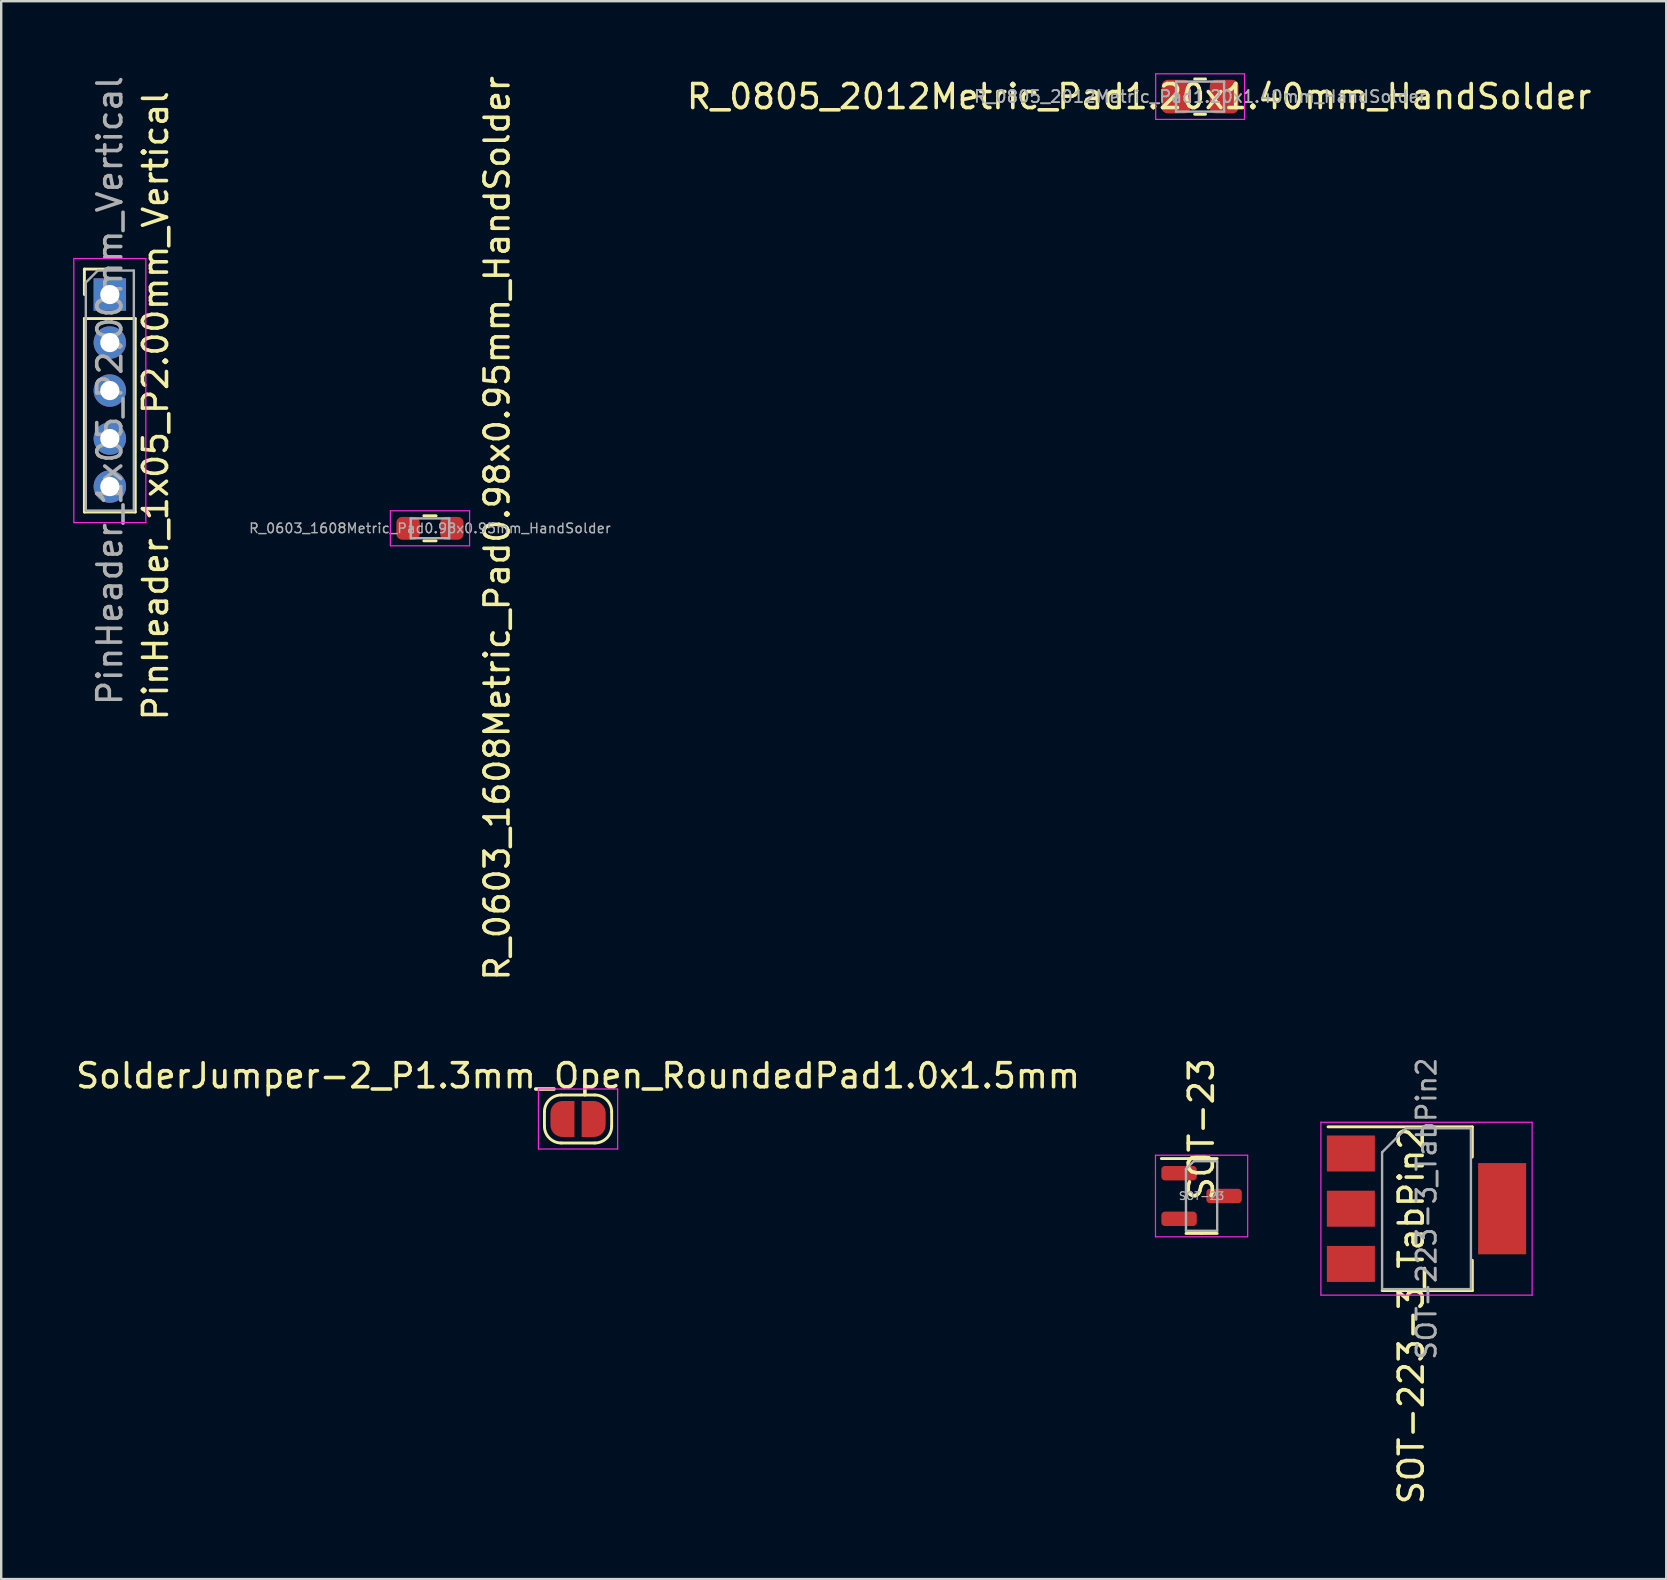
<source format=kicad_pcb>
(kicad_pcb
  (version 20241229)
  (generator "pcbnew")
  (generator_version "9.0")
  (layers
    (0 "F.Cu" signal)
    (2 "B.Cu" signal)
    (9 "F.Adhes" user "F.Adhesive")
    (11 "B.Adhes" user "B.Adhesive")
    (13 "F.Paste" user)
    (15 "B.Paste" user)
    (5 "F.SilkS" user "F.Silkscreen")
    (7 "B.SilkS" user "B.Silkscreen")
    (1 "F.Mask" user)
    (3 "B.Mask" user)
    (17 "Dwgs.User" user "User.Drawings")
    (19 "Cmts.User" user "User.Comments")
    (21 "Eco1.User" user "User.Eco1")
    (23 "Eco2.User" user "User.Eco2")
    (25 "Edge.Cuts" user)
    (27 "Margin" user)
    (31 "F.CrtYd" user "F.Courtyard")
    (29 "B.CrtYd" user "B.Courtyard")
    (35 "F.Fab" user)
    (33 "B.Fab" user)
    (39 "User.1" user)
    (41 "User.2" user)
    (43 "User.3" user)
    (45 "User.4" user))
  (footprint "PinHeader_1x05_P2.00mm_Vertical"
    (layer "F.Cu")
    (at 1.525 9.22)
    (property "Reference" "PinHeader_1x05_P2.00mm_Vertical" (at 1.905 4.635 270) (layer "F.SilkS") (effects (font (size 1 1) (thickness 0.15))))
    (attr through_hole)
    (fp_line (start -1.06 -1.06) (end 0 -1.06) (stroke (width 0.12) (type solid)) (layer "F.SilkS"))
    (fp_line (start -1.06 0) (end -1.06 -1.06) (stroke (width 0.12) (type solid)) (layer "F.SilkS"))
    (fp_line (start -1.06 1) (end -1.06 9.06) (stroke (width 0.12) (type solid)) (layer "F.SilkS"))
    (fp_line (start -1.06 1) (end 1.06 1) (stroke (width 0.12) (type solid)) (layer "F.SilkS"))
    (fp_line (start -1.06 9.06) (end 1.06 9.06) (stroke (width 0.12) (type solid)) (layer "F.SilkS"))
    (fp_line (start 1.06 1) (end 1.06 9.06) (stroke (width 0.12) (type solid)) (layer "F.SilkS"))
    (fp_line (start -1.5 -1.5) (end -1.5 9.5) (stroke (width 0.05) (type solid)) (layer "F.CrtYd"))
    (fp_line (start -1.5 9.5) (end 1.5 9.5) (stroke (width 0.05) (type solid)) (layer "F.CrtYd"))
    (fp_line (start 1.5 -1.5) (end -1.5 -1.5) (stroke (width 0.05) (type solid)) (layer "F.CrtYd"))
    (fp_line (start 1.5 9.5) (end 1.5 -1.5) (stroke (width 0.05) (type solid)) (layer "F.CrtYd"))
    (fp_line (start -1 -0.5) (end -0.5 -1) (stroke (width 0.1) (type solid)) (layer "F.Fab"))
    (fp_line (start -1 9) (end -1 -0.5) (stroke (width 0.1) (type solid)) (layer "F.Fab"))
    (fp_line (start -0.5 -1) (end 1 -1) (stroke (width 0.1) (type solid)) (layer "F.Fab"))
    (fp_line (start 1 -1) (end 1 9) (stroke (width 0.1) (type solid)) (layer "F.Fab"))
    (fp_line (start 1 9) (end -1 9) (stroke (width 0.1) (type solid)) (layer "F.Fab"))
    (fp_text user "${REFERENCE}" (at 0 4 270) (layer "F.Fab") (effects (font (size 1 1) (thickness 0.15))))
    (pad "1" thru_hole rect (at 0 0) (size 1.35 1.35) (drill 0.8) (layers "*.Cu" "*.Mask"))
    (pad "2" thru_hole oval (at 0 2) (size 1.35 1.35) (drill 0.8) (layers "*.Cu" "*.Mask"))
    (pad "3" thru_hole oval (at 0 4) (size 1.35 1.35) (drill 0.8) (layers "*.Cu" "*.Mask"))
    (pad "4" thru_hole oval (at 0 6) (size 1.35 1.35) (drill 0.8) (layers "*.Cu" "*.Mask"))
    (pad "5" thru_hole oval (at 0 8) (size 1.35 1.35) (drill 0.8) (layers "*.Cu" "*.Mask")))
  (footprint "SolderJumper-2_P1.3mm_Open_RoundedPad1.0x1.5mm"
    (layer "F.Cu")
    (at 21.03 43.565)
    (property "Reference" "SolderJumper-2_P1.3mm_Open_RoundedPad1.0x1.5mm" (at 0 -1.8 0) (layer "F.SilkS") (effects (font (size 1 1) (thickness 0.15))))
    (attr exclude_from_pos_files)
    (fp_line (start -1.4 0.3) (end -1.4 -0.3) (stroke (width 0.12) (type solid)) (layer "F.SilkS"))
    (fp_line (start -0.7 -1) (end 0.7 -1) (stroke (width 0.12) (type solid)) (layer "F.SilkS"))
    (fp_line (start 0.7 1) (end -0.7 1) (stroke (width 0.12) (type solid)) (layer "F.SilkS"))
    (fp_line (start 1.4 -0.3) (end 1.4 0.3) (stroke (width 0.12) (type solid)) (layer "F.SilkS"))
    (fp_arc (start -1.4 -0.3) (mid -1.194975 -0.794975) (end -0.7 -1) (stroke (width 0.12) (type solid)) (layer "F.SilkS"))
    (fp_arc (start -0.7 1) (mid -1.194975 0.794975) (end -1.4 0.3) (stroke (width 0.12) (type solid)) (layer "F.SilkS"))
    (fp_arc (start 0.7 -1) (mid 1.194975 -0.794975) (end 1.4 -0.3) (stroke (width 0.12) (type solid)) (layer "F.SilkS"))
    (fp_arc (start 1.4 0.3) (mid 1.194975 0.794975) (end 0.7 1) (stroke (width 0.12) (type solid)) (layer "F.SilkS"))
    (fp_line (start -1.65 -1.25) (end -1.65 1.25) (stroke (width 0.05) (type solid)) (layer "F.CrtYd"))
    (fp_line (start -1.65 -1.25) (end 1.65 -1.25) (stroke (width 0.05) (type solid)) (layer "F.CrtYd"))
    (fp_line (start 1.65 1.25) (end -1.65 1.25) (stroke (width 0.05) (type solid)) (layer "F.CrtYd"))
    (fp_line (start 1.65 1.25) (end 1.65 -1.25) (stroke (width 0.05) (type solid)) (layer "F.CrtYd"))
    (pad "1" smd custom (at -0.65 0) (size 1 0.5) (layers "F.Cu" "F.Mask") (options (anchor rect)) (primitives (gr_circle (center 0 0.25) (end 0.5 0.25) (width 0) (fill yes)) (gr_circle (center 0 -0.25) (end 0.5 -0.25) (width 0) (fill yes)) (gr_poly (pts (xy 0.5 0.75) (xy 0 0.75) (xy 0 -0.75) (xy 0.5 -0.75)) (width 0) (fill yes))))
    (pad "2" smd custom (at 0.65 0) (size 1 0.5) (layers "F.Cu" "F.Mask") (options (anchor rect)) (primitives (gr_circle (center 0 0.25) (end 0.5 0.25) (width 0) (fill yes)) (gr_circle (center 0 -0.25) (end 0.5 -0.25) (width 0) (fill yes)) (gr_poly (pts (xy 0 0.75) (xy -0.5 0.75) (xy -0.5 -0.75) (xy 0 -0.75)) (width 0) (fill yes)))))
  (footprint "SOT-223-3_TabPin2"
    (layer "F.Cu")
    (at 56.375 47.302)
    (property "Reference" "SOT-223-3_TabPin2" (at -0.635 4.445 90) (layer "F.SilkS") (effects (font (size 1 1) (thickness 0.15))))
    (attr smd)
    (fp_line (start -4.1 -3.41) (end 1.91 -3.41) (stroke (width 0.12) (type solid)) (layer "F.SilkS"))
    (fp_line (start -1.85 3.41) (end 1.91 3.41) (stroke (width 0.12) (type solid)) (layer "F.SilkS"))
    (fp_line (start 1.91 -3.41) (end 1.91 -2.15) (stroke (width 0.12) (type solid)) (layer "F.SilkS"))
    (fp_line (start 1.91 3.41) (end 1.91 2.15) (stroke (width 0.12) (type solid)) (layer "F.SilkS"))
    (fp_line (start -4.4 -3.6) (end -4.4 3.6) (stroke (width 0.05) (type solid)) (layer "F.CrtYd"))
    (fp_line (start -4.4 3.6) (end 4.4 3.6) (stroke (width 0.05) (type solid)) (layer "F.CrtYd"))
    (fp_line (start 4.4 -3.6) (end -4.4 -3.6) (stroke (width 0.05) (type solid)) (layer "F.CrtYd"))
    (fp_line (start 4.4 3.6) (end 4.4 -3.6) (stroke (width 0.05) (type solid)) (layer "F.CrtYd"))
    (fp_line (start -1.85 -2.35) (end -1.85 3.35) (stroke (width 0.1) (type solid)) (layer "F.Fab"))
    (fp_line (start -1.85 -2.35) (end -0.85 -3.35) (stroke (width 0.1) (type solid)) (layer "F.Fab"))
    (fp_line (start -1.85 3.35) (end 1.85 3.35) (stroke (width 0.1) (type solid)) (layer "F.Fab"))
    (fp_line (start -0.85 -3.35) (end 1.85 -3.35) (stroke (width 0.1) (type solid)) (layer "F.Fab"))
    (fp_line (start 1.85 -3.35) (end 1.85 3.35) (stroke (width 0.1) (type solid)) (layer "F.Fab"))
    (fp_text user "${REFERENCE}" (at 0 0 270) (layer "F.Fab") (effects (font (size 0.8 0.8) (thickness 0.12))))
    (pad "1" smd rect (at -3.15 -2.3) (size 2 1.5) (layers "F.Cu" "F.Mask" "F.Paste"))
    (pad "2" smd rect (at -3.15 0) (size 2 1.5) (layers "F.Cu" "F.Mask" "F.Paste"))
    (pad "2" smd rect (at 3.15 0) (size 2 3.8) (layers "F.Cu" "F.Mask" "F.Paste"))
    (pad "3" smd rect (at -3.15 2.3) (size 2 1.5) (layers "F.Cu" "F.Mask" "F.Paste")))
  (footprint "R_0805_2012Metric_Pad1.20x1.40mm_HandSolder"
    (layer "F.Cu")
    (at 46.943 0.975)
    (property "Reference" "R_0805_2012Metric_Pad1.20x1.40mm_HandSolder" (at -2.54 0 0) (layer "F.SilkS") (effects (font (size 1 1) (thickness 0.15))))
    (attr smd)
    (fp_line (start -0.227 -0.735) (end 0.227 -0.735) (stroke (width 0.12) (type solid)) (layer "F.SilkS"))
    (fp_line (start -0.227 0.735) (end 0.227 0.735) (stroke (width 0.12) (type solid)) (layer "F.SilkS"))
    (fp_line (start -1.85 -0.95) (end 1.85 -0.95) (stroke (width 0.05) (type solid)) (layer "F.CrtYd"))
    (fp_line (start -1.85 0.95) (end -1.85 -0.95) (stroke (width 0.05) (type solid)) (layer "F.CrtYd"))
    (fp_line (start 1.85 -0.95) (end 1.85 0.95) (stroke (width 0.05) (type solid)) (layer "F.CrtYd"))
    (fp_line (start 1.85 0.95) (end -1.85 0.95) (stroke (width 0.05) (type solid)) (layer "F.CrtYd"))
    (fp_line (start -1 -0.625) (end 1 -0.625) (stroke (width 0.1) (type solid)) (layer "F.Fab"))
    (fp_line (start -1 0.625) (end -1 -0.625) (stroke (width 0.1) (type solid)) (layer "F.Fab"))
    (fp_line (start 1 -0.625) (end 1 0.625) (stroke (width 0.1) (type solid)) (layer "F.Fab"))
    (fp_line (start 1 0.625) (end -1 0.625) (stroke (width 0.1) (type solid)) (layer "F.Fab"))
    (fp_text user "${REFERENCE}" (at 0 0 0) (layer "F.Fab") (effects (font (size 0.5 0.5) (thickness 0.08))))
    (pad "1" smd roundrect (at -1 0) (size 1.2 1.4) (layers "F.Cu" "F.Mask" "F.Paste") (roundrect_rratio 0.208))
    (pad "2" smd roundrect (at 1 0) (size 1.2 1.4) (layers "F.Cu" "F.Mask" "F.Paste") (roundrect_rratio 0.208)))
  (footprint "R_0603_1608Metric_Pad0.98x0.95mm_HandSolder"
    (layer "F.Cu")
    (at 14.862 18.958)
    (property "Reference" "R_0603_1608Metric_Pad0.98x0.95mm_HandSolder" (at 2.795 0 270) (layer "F.SilkS") (effects (font (size 1 1) (thickness 0.15))))
    (attr smd)
    (fp_line (start -0.255 -0.522) (end 0.255 -0.522) (stroke (width 0.12) (type solid)) (layer "F.SilkS"))
    (fp_line (start -0.255 0.522) (end 0.255 0.522) (stroke (width 0.12) (type solid)) (layer "F.SilkS"))
    (fp_line (start -1.65 -0.73) (end 1.65 -0.73) (stroke (width 0.05) (type solid)) (layer "F.CrtYd"))
    (fp_line (start -1.65 0.73) (end -1.65 -0.73) (stroke (width 0.05) (type solid)) (layer "F.CrtYd"))
    (fp_line (start 1.65 -0.73) (end 1.65 0.73) (stroke (width 0.05) (type solid)) (layer "F.CrtYd"))
    (fp_line (start 1.65 0.73) (end -1.65 0.73) (stroke (width 0.05) (type solid)) (layer "F.CrtYd"))
    (fp_line (start -0.8 -0.412) (end 0.8 -0.412) (stroke (width 0.1) (type solid)) (layer "F.Fab"))
    (fp_line (start -0.8 0.412) (end -0.8 -0.412) (stroke (width 0.1) (type solid)) (layer "F.Fab"))
    (fp_line (start 0.8 -0.412) (end 0.8 0.412) (stroke (width 0.1) (type solid)) (layer "F.Fab"))
    (fp_line (start 0.8 0.412) (end -0.8 0.412) (stroke (width 0.1) (type solid)) (layer "F.Fab"))
    (fp_text user "${REFERENCE}" (at 0 0 180) (layer "F.Fab") (effects (font (size 0.4 0.4) (thickness 0.06))))
    (pad "1" smd roundrect (at -0.912 0) (size 0.975 0.95) (layers "F.Cu" "F.Mask" "F.Paste") (roundrect_rratio 0.25))
    (pad "2" smd roundrect (at 0.912 0) (size 0.975 0.95) (layers "F.Cu" "F.Mask" "F.Paste") (roundrect_rratio 0.25)))
  (footprint "SOT-23"
    (layer "F.Cu")
    (at 47.005 46.773)
    (property "Reference" "SOT-23" (at -0.009 -2.779 90) (layer "F.SilkS") (effects (font (size 1 1) (thickness 0.15))))
    (attr smd)
    (fp_line (start 0 -1.56) (end -1.675 -1.56) (stroke (width 0.12) (type solid)) (layer "F.SilkS"))
    (fp_line (start 0 -1.56) (end 0.65 -1.56) (stroke (width 0.12) (type solid)) (layer "F.SilkS"))
    (fp_line (start 0 1.56) (end -0.65 1.56) (stroke (width 0.12) (type solid)) (layer "F.SilkS"))
    (fp_line (start 0 1.56) (end 0.65 1.56) (stroke (width 0.12) (type solid)) (layer "F.SilkS"))
    (fp_line (start -1.92 -1.7) (end -1.92 1.7) (stroke (width 0.05) (type solid)) (layer "F.CrtYd"))
    (fp_line (start -1.92 1.7) (end 1.92 1.7) (stroke (width 0.05) (type solid)) (layer "F.CrtYd"))
    (fp_line (start 1.92 -1.7) (end -1.92 -1.7) (stroke (width 0.05) (type solid)) (layer "F.CrtYd"))
    (fp_line (start 1.92 1.7) (end 1.92 -1.7) (stroke (width 0.05) (type solid)) (layer "F.CrtYd"))
    (fp_line (start -0.65 -1.125) (end -0.325 -1.45) (stroke (width 0.1) (type solid)) (layer "F.Fab"))
    (fp_line (start -0.65 1.45) (end -0.65 -1.125) (stroke (width 0.1) (type solid)) (layer "F.Fab"))
    (fp_line (start -0.325 -1.45) (end 0.65 -1.45) (stroke (width 0.1) (type solid)) (layer "F.Fab"))
    (fp_line (start 0.65 -1.45) (end 0.65 1.45) (stroke (width 0.1) (type solid)) (layer "F.Fab"))
    (fp_line (start 0.65 1.45) (end -0.65 1.45) (stroke (width 0.1) (type solid)) (layer "F.Fab"))
    (fp_text user "${REFERENCE}" (at 0 0 0) (layer "F.Fab") (effects (font (size 0.32 0.32) (thickness 0.05))))
    (pad "1" smd roundrect (at -0.938 -0.95) (size 1.475 0.6) (layers "F.Cu" "F.Mask" "F.Paste") (roundrect_rratio 0.25))
    (pad "2" smd roundrect (at -0.938 0.95) (size 1.475 0.6) (layers "F.Cu" "F.Mask" "F.Paste") (roundrect_rratio 0.25))
    (pad "3" smd roundrect (at 0.938 0) (size 1.475 0.6) (layers "F.Cu" "F.Mask" "F.Paste") (roundrect_rratio 0.25)))
  (gr_rect
    (start -3 -3)
    (end 66.362 62.73)
    (stroke (width 0.1) (type default))
    (fill no)
    (layer "Edge.Cuts")))
</source>
